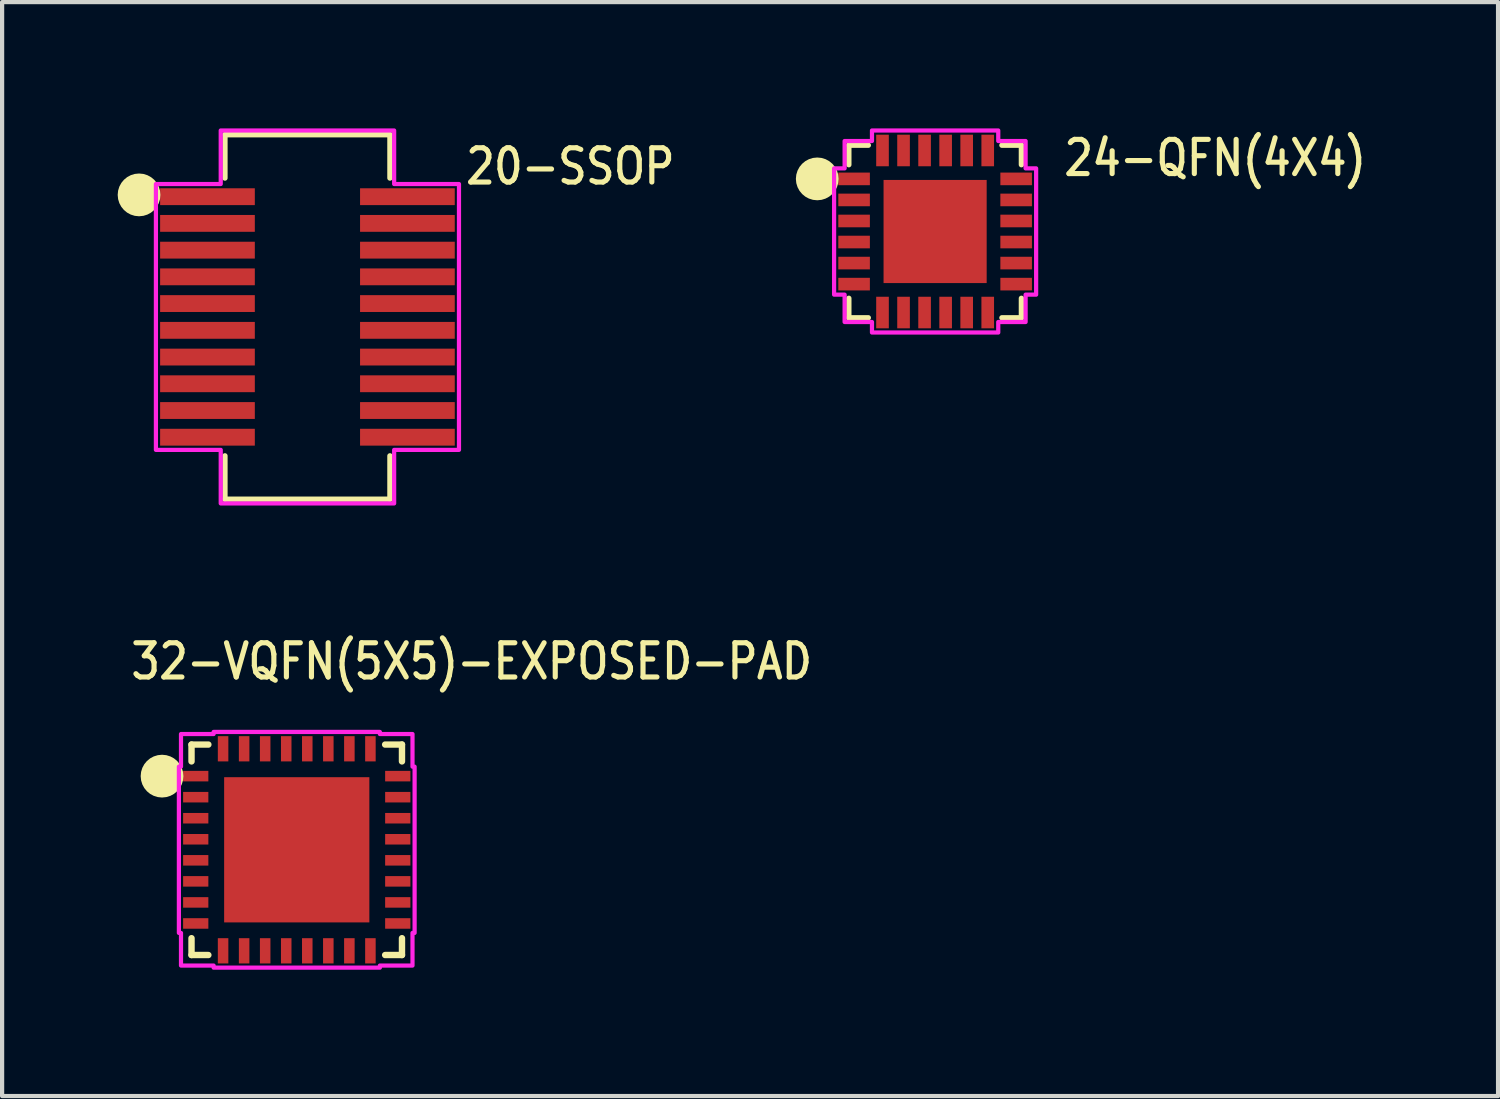
<source format=kicad_pcb>
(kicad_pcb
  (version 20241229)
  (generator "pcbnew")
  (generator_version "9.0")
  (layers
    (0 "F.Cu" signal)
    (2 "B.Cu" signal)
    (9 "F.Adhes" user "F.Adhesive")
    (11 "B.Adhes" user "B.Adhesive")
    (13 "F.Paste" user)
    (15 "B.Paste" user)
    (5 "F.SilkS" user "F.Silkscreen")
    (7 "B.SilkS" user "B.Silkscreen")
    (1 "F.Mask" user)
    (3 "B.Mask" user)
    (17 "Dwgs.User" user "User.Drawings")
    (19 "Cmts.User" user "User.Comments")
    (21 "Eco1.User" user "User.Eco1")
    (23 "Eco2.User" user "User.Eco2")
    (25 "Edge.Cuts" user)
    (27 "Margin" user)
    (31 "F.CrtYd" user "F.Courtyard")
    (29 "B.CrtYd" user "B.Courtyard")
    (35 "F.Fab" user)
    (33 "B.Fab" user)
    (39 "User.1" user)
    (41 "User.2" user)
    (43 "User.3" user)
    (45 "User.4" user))
  (footprint "24-QFN(4X4)"
    (layer "F.Cu")
    (at 19.166 2.45)
    (property "Reference" "24-QFN(4X4)" (at 3 -1.27 0) (unlocked yes) (layer "F.SilkS") (effects (font (size 0.813 0.695) (thickness 0.122)) (justify left bottom)))
    (fp_line (start -2.05 -2.05) (end -2.05 -1.587) (stroke (width 0.127) (type solid)) (layer "F.SilkS"))
    (fp_line (start -2.05 1.587) (end -2.05 2.05) (stroke (width 0.127) (type solid)) (layer "F.SilkS"))
    (fp_line (start -2.05 2.05) (end -1.587 2.05) (stroke (width 0.127) (type solid)) (layer "F.SilkS"))
    (fp_line (start -1.587 -2.05) (end -2.05 -2.05) (stroke (width 0.127) (type solid)) (layer "F.SilkS"))
    (fp_line (start 1.587 2.05) (end 2.05 2.05) (stroke (width 0.127) (type solid)) (layer "F.SilkS"))
    (fp_line (start 2.05 -2.05) (end 1.587 -2.05) (stroke (width 0.127) (type solid)) (layer "F.SilkS"))
    (fp_line (start 2.05 -1.587) (end 2.05 -2.05) (stroke (width 0.127) (type solid)) (layer "F.SilkS"))
    (fp_line (start 2.05 2.05) (end 2.05 1.587) (stroke (width 0.127) (type solid)) (layer "F.SilkS"))
    (fp_circle (center -2.8 -1.25) (end -2.8 -1.25) (stroke (width 0.508) (type solid)) (fill no) (layer "F.SilkS"))
    (fp_poly (pts (xy -2.4 -1.5) (xy -2.15 -1.5) (xy -2.15 -2.15) (xy -1.5 -2.15) (xy -1.5 -2.4) (xy 1.5 -2.4) (xy 1.5 -2.15) (xy 2.15 -2.15) (xy 2.15 -1.5) (xy 2.4 -1.5) (xy 2.4 1.5) (xy 2.15 1.5) (xy 2.15 2.15) (xy 1.5 2.15) (xy 1.5 2.4) (xy -1.5 2.4) (xy -1.5 2.15) (xy -2.15 2.15) (xy -2.15 1.5) (xy -2.4 1.5)) (stroke (width 0.1) (type solid)) (fill no) (layer "F.CrtYd"))
    (pad "P$1" smd rect (at -1.925 -1.25) (size 0.75 0.3) (layers "F.Cu" "F.Mask" "F.Paste"))
    (pad "P$2" smd rect (at -1.925 -0.75) (size 0.75 0.3) (layers "F.Cu" "F.Mask" "F.Paste"))
    (pad "P$3" smd rect (at -1.925 -0.25) (size 0.75 0.3) (layers "F.Cu" "F.Mask" "F.Paste"))
    (pad "P$4" smd rect (at -1.925 0.25) (size 0.75 0.3) (layers "F.Cu" "F.Mask" "F.Paste"))
    (pad "P$5" smd rect (at -1.925 0.75) (size 0.75 0.3) (layers "F.Cu" "F.Mask" "F.Paste"))
    (pad "P$6" smd rect (at -1.925 1.25) (size 0.75 0.3) (layers "F.Cu" "F.Mask" "F.Paste"))
    (pad "P$7" smd rect (at -1.25 1.925) (size 0.3 0.75) (layers "F.Cu" "F.Mask" "F.Paste"))
    (pad "P$8" smd rect (at -0.75 1.925) (size 0.3 0.75) (layers "F.Cu" "F.Mask" "F.Paste"))
    (pad "P$9" smd rect (at -0.25 1.925) (size 0.3 0.75) (layers "F.Cu" "F.Mask" "F.Paste"))
    (pad "P$10" smd rect (at 0.25 1.925) (size 0.3 0.75) (layers "F.Cu" "F.Mask" "F.Paste"))
    (pad "P$11" smd rect (at 0.75 1.925) (size 0.3 0.75) (layers "F.Cu" "F.Mask" "F.Paste"))
    (pad "P$12" smd rect (at 1.25 1.925) (size 0.3 0.75) (layers "F.Cu" "F.Mask" "F.Paste"))
    (pad "P$13" smd rect (at 1.925 1.25) (size 0.75 0.3) (layers "F.Cu" "F.Mask" "F.Paste"))
    (pad "P$14" smd rect (at 1.925 0.75) (size 0.75 0.3) (layers "F.Cu" "F.Mask" "F.Paste"))
    (pad "P$15" smd rect (at 1.925 0.25) (size 0.75 0.3) (layers "F.Cu" "F.Mask" "F.Paste"))
    (pad "P$16" smd rect (at 1.925 -0.25) (size 0.75 0.3) (layers "F.Cu" "F.Mask" "F.Paste"))
    (pad "P$17" smd rect (at 1.925 -0.75) (size 0.75 0.3) (layers "F.Cu" "F.Mask" "F.Paste"))
    (pad "P$18" smd rect (at 1.925 -1.25) (size 0.75 0.3) (layers "F.Cu" "F.Mask" "F.Paste"))
    (pad "P$19" smd rect (at 1.25 -1.925) (size 0.3 0.75) (layers "F.Cu" "F.Mask" "F.Paste"))
    (pad "P$20" smd rect (at 0.75 -1.925) (size 0.3 0.75) (layers "F.Cu" "F.Mask" "F.Paste"))
    (pad "P$21" smd rect (at 0.25 -1.925) (size 0.3 0.75) (layers "F.Cu" "F.Mask" "F.Paste"))
    (pad "P$22" smd rect (at -0.25 -1.925) (size 0.3 0.75) (layers "F.Cu" "F.Mask" "F.Paste"))
    (pad "P$23" smd rect (at -0.75 -1.925) (size 0.3 0.75) (layers "F.Cu" "F.Mask" "F.Paste"))
    (pad "P$24" smd rect (at -1.25 -1.925) (size 0.3 0.75) (layers "F.Cu" "F.Mask" "F.Paste"))
    (pad "P$25" smd rect (at 0 0) (size 2.45 2.45) (layers "F.Cu" "F.Mask" "F.Paste")))
  (footprint "32-VQFN(5X5)-EXPOSED-PAD"
    (layer "F.Cu")
    (at 4 17.139)
    (property "Reference" "32-VQFN(5X5)-EXPOSED-PAD" (at -4 -4 0) (unlocked yes) (layer "F.SilkS") (effects (font (size 0.813 0.695) (thickness 0.122)) (justify left bottom)))
    (fp_line (start -2.5 -2.5) (end -2.1 -2.5) (stroke (width 0.152) (type solid)) (layer "F.SilkS"))
    (fp_line (start -2.5 -2.1) (end -2.5 -2.5) (stroke (width 0.152) (type solid)) (layer "F.SilkS"))
    (fp_line (start -2.5 2.5) (end -2.5 2.1) (stroke (width 0.152) (type solid)) (layer "F.SilkS"))
    (fp_line (start -2.1 2.5) (end -2.5 2.5) (stroke (width 0.152) (type solid)) (layer "F.SilkS"))
    (fp_line (start 2.1 -2.5) (end 2.5 -2.5) (stroke (width 0.152) (type solid)) (layer "F.SilkS"))
    (fp_line (start 2.5 -2.5) (end 2.5 -2.1) (stroke (width 0.152) (type solid)) (layer "F.SilkS"))
    (fp_line (start 2.5 2.1) (end 2.5 2.5) (stroke (width 0.152) (type solid)) (layer "F.SilkS"))
    (fp_line (start 2.5 2.5) (end 2.1 2.5) (stroke (width 0.152) (type solid)) (layer "F.SilkS"))
    (fp_circle (center -3.2 -1.75) (end -3.2 -1.75) (stroke (width 0.508) (type solid)) (fill no) (layer "F.SilkS"))
    (fp_poly (pts (xy -2.8 -1.975) (xy -2.75 -1.975) (xy -2.75 -2.75) (xy -1.975 -2.75) (xy -1.975 -2.8) (xy 1.975 -2.8) (xy 1.975 -2.75) (xy 2.75 -2.75) (xy 2.75 -1.975) (xy 2.8 -1.975) (xy 2.8 1.975) (xy 2.75 1.975) (xy 2.75 2.75) (xy 1.975 2.75) (xy 1.975 2.8) (xy -1.975 2.8) (xy -1.975 2.75) (xy -2.75 2.75) (xy -2.75 1.975) (xy -2.8 1.975)) (stroke (width 0.1) (type solid)) (fill no) (layer "F.CrtYd"))
    (pad "P$1" smd rect (at -2.4 -1.75) (size 0.6 0.25) (layers "F.Cu" "F.Mask" "F.Paste"))
    (pad "P$2" smd rect (at -2.4 -1.25) (size 0.6 0.25) (layers "F.Cu" "F.Mask" "F.Paste"))
    (pad "P$3" smd rect (at -2.4 -0.75) (size 0.6 0.25) (layers "F.Cu" "F.Mask" "F.Paste"))
    (pad "P$4" smd rect (at -2.4 -0.25) (size 0.6 0.25) (layers "F.Cu" "F.Mask" "F.Paste"))
    (pad "P$5" smd rect (at -2.4 0.25) (size 0.6 0.25) (layers "F.Cu" "F.Mask" "F.Paste"))
    (pad "P$6" smd rect (at -2.4 0.75) (size 0.6 0.25) (layers "F.Cu" "F.Mask" "F.Paste"))
    (pad "P$7" smd rect (at -2.4 1.25) (size 0.6 0.25) (layers "F.Cu" "F.Mask" "F.Paste"))
    (pad "P$8" smd rect (at -2.4 1.75) (size 0.6 0.25) (layers "F.Cu" "F.Mask" "F.Paste"))
    (pad "P$9" smd rect (at -1.75 2.4 90) (size 0.6 0.25) (layers "F.Cu" "F.Mask" "F.Paste"))
    (pad "P$10" smd rect (at -1.25 2.4 90) (size 0.6 0.25) (layers "F.Cu" "F.Mask" "F.Paste"))
    (pad "P$11" smd rect (at -0.75 2.4 90) (size 0.6 0.25) (layers "F.Cu" "F.Mask" "F.Paste"))
    (pad "P$12" smd rect (at -0.25 2.4 90) (size 0.6 0.25) (layers "F.Cu" "F.Mask" "F.Paste"))
    (pad "P$13" smd rect (at 0.25 2.4 90) (size 0.6 0.25) (layers "F.Cu" "F.Mask" "F.Paste"))
    (pad "P$14" smd rect (at 0.75 2.4 90) (size 0.6 0.25) (layers "F.Cu" "F.Mask" "F.Paste"))
    (pad "P$15" smd rect (at 1.25 2.4 90) (size 0.6 0.25) (layers "F.Cu" "F.Mask" "F.Paste"))
    (pad "P$16" smd rect (at 1.75 2.4 90) (size 0.6 0.25) (layers "F.Cu" "F.Mask" "F.Paste"))
    (pad "P$17" smd rect (at 2.4 1.75 180) (size 0.6 0.25) (layers "F.Cu" "F.Mask" "F.Paste"))
    (pad "P$18" smd rect (at 2.4 1.25 180) (size 0.6 0.25) (layers "F.Cu" "F.Mask" "F.Paste"))
    (pad "P$19" smd rect (at 2.4 0.75 180) (size 0.6 0.25) (layers "F.Cu" "F.Mask" "F.Paste"))
    (pad "P$20" smd rect (at 2.4 0.25 180) (size 0.6 0.25) (layers "F.Cu" "F.Mask" "F.Paste"))
    (pad "P$21" smd rect (at 2.4 -0.25 180) (size 0.6 0.25) (layers "F.Cu" "F.Mask" "F.Paste"))
    (pad "P$22" smd rect (at 2.4 -0.75 180) (size 0.6 0.25) (layers "F.Cu" "F.Mask" "F.Paste"))
    (pad "P$23" smd rect (at 2.4 -1.25 180) (size 0.6 0.25) (layers "F.Cu" "F.Mask" "F.Paste"))
    (pad "P$24" smd rect (at 2.4 -1.75 180) (size 0.6 0.25) (layers "F.Cu" "F.Mask" "F.Paste"))
    (pad "P$25" smd rect (at 1.75 -2.4 270) (size 0.6 0.25) (layers "F.Cu" "F.Mask" "F.Paste"))
    (pad "P$26" smd rect (at 1.25 -2.4 270) (size 0.6 0.25) (layers "F.Cu" "F.Mask" "F.Paste"))
    (pad "P$27" smd rect (at 0.75 -2.4 270) (size 0.6 0.25) (layers "F.Cu" "F.Mask" "F.Paste"))
    (pad "P$28" smd rect (at 0.25 -2.4 270) (size 0.6 0.25) (layers "F.Cu" "F.Mask" "F.Paste"))
    (pad "P$29" smd rect (at -0.25 -2.4 270) (size 0.6 0.25) (layers "F.Cu" "F.Mask" "F.Paste"))
    (pad "P$30" smd rect (at -0.75 -2.4 270) (size 0.6 0.25) (layers "F.Cu" "F.Mask" "F.Paste"))
    (pad "P$31" smd rect (at -1.25 -2.4 270) (size 0.6 0.25) (layers "F.Cu" "F.Mask" "F.Paste"))
    (pad "P$32" smd rect (at -1.75 -2.4 270) (size 0.6 0.25) (layers "F.Cu" "F.Mask" "F.Paste"))
    (pad "P$33" smd rect (at 0 0) (size 3.45 3.45) (layers "F.Cu" "F.Mask" "F.Paste")))
  (footprint "20-SSOP"
    (layer "F.Cu")
    (at 4.254 4.48)
    (property "Reference" "20-SSOP" (at 3.7 -3.1 0) (unlocked yes) (layer "F.SilkS") (effects (font (size 0.813 0.695) (thickness 0.122)) (justify left bottom)))
    (fp_line (start -1.96 -4.33) (end 1.96 -4.33) (stroke (width 0.127) (type solid)) (layer "F.SilkS"))
    (fp_line (start -1.96 -3.3) (end -1.96 -4.33) (stroke (width 0.127) (type solid)) (layer "F.SilkS"))
    (fp_line (start -1.96 3.3) (end -1.96 4.33) (stroke (width 0.127) (type solid)) (layer "F.SilkS"))
    (fp_line (start -1.96 4.33) (end 1.96 4.33) (stroke (width 0.127) (type solid)) (layer "F.SilkS"))
    (fp_line (start 1.96 -4.33) (end 1.96 -3.3) (stroke (width 0.127) (type solid)) (layer "F.SilkS"))
    (fp_line (start 1.96 4.33) (end 1.96 3.3) (stroke (width 0.127) (type solid)) (layer "F.SilkS"))
    (fp_circle (center -4 -2.9) (end -4 -2.9) (stroke (width 0.508) (type solid)) (fill no) (layer "F.SilkS"))
    (fp_poly (pts (xy -3.6 -3.158) (xy -2.06 -3.158) (xy -2.06 -4.43) (xy 2.06 -4.43) (xy 2.06 -3.158) (xy 3.6 -3.158) (xy 3.6 3.158) (xy 2.06 3.158) (xy 2.06 4.43) (xy -2.06 4.43) (xy -2.06 3.158) (xy -3.6 3.158)) (stroke (width 0.1) (type solid)) (fill no) (layer "F.CrtYd"))
    (pad "P$1" smd rect (at -2.375 -2.857) (size 2.25 0.4) (layers "F.Cu" "F.Mask" "F.Paste"))
    (pad "P$2" smd rect (at -2.375 -2.223) (size 2.25 0.4) (layers "F.Cu" "F.Mask" "F.Paste"))
    (pad "P$3" smd rect (at -2.375 -1.587) (size 2.25 0.4) (layers "F.Cu" "F.Mask" "F.Paste"))
    (pad "P$4" smd rect (at -2.375 -0.953) (size 2.25 0.4) (layers "F.Cu" "F.Mask" "F.Paste"))
    (pad "P$5" smd rect (at -2.375 -0.318) (size 2.25 0.4) (layers "F.Cu" "F.Mask" "F.Paste"))
    (pad "P$6" smd rect (at -2.375 0.318) (size 2.25 0.4) (layers "F.Cu" "F.Mask" "F.Paste"))
    (pad "P$7" smd rect (at -2.375 0.953) (size 2.25 0.4) (layers "F.Cu" "F.Mask" "F.Paste"))
    (pad "P$8" smd rect (at -2.375 1.587) (size 2.25 0.4) (layers "F.Cu" "F.Mask" "F.Paste"))
    (pad "P$9" smd rect (at -2.375 2.223) (size 2.25 0.4) (layers "F.Cu" "F.Mask" "F.Paste"))
    (pad "P$10" smd rect (at -2.375 2.857) (size 2.25 0.4) (layers "F.Cu" "F.Mask" "F.Paste"))
    (pad "P$11" smd rect (at 2.375 2.857) (size 2.25 0.4) (layers "F.Cu" "F.Mask" "F.Paste"))
    (pad "P$12" smd rect (at 2.375 2.223) (size 2.25 0.4) (layers "F.Cu" "F.Mask" "F.Paste"))
    (pad "P$13" smd rect (at 2.375 1.587) (size 2.25 0.4) (layers "F.Cu" "F.Mask" "F.Paste"))
    (pad "P$14" smd rect (at 2.375 0.953) (size 2.25 0.4) (layers "F.Cu" "F.Mask" "F.Paste"))
    (pad "P$15" smd rect (at 2.375 0.318) (size 2.25 0.4) (layers "F.Cu" "F.Mask" "F.Paste"))
    (pad "P$16" smd rect (at 2.375 -0.318) (size 2.25 0.4) (layers "F.Cu" "F.Mask" "F.Paste"))
    (pad "P$17" smd rect (at 2.375 -0.953) (size 2.25 0.4) (layers "F.Cu" "F.Mask" "F.Paste"))
    (pad "P$18" smd rect (at 2.375 -1.587) (size 2.25 0.4) (layers "F.Cu" "F.Mask" "F.Paste"))
    (pad "P$19" smd rect (at 2.375 -2.223) (size 2.25 0.4) (layers "F.Cu" "F.Mask" "F.Paste"))
    (pad "P$20" smd rect (at 2.375 -2.857) (size 2.25 0.4) (layers "F.Cu" "F.Mask" "F.Paste")))
  (gr_rect
    (start -3 -3)
    (end 32.54 22.989)
    (stroke (width 0.1) (type default))
    (fill no)
    (layer "Edge.Cuts")))
</source>
